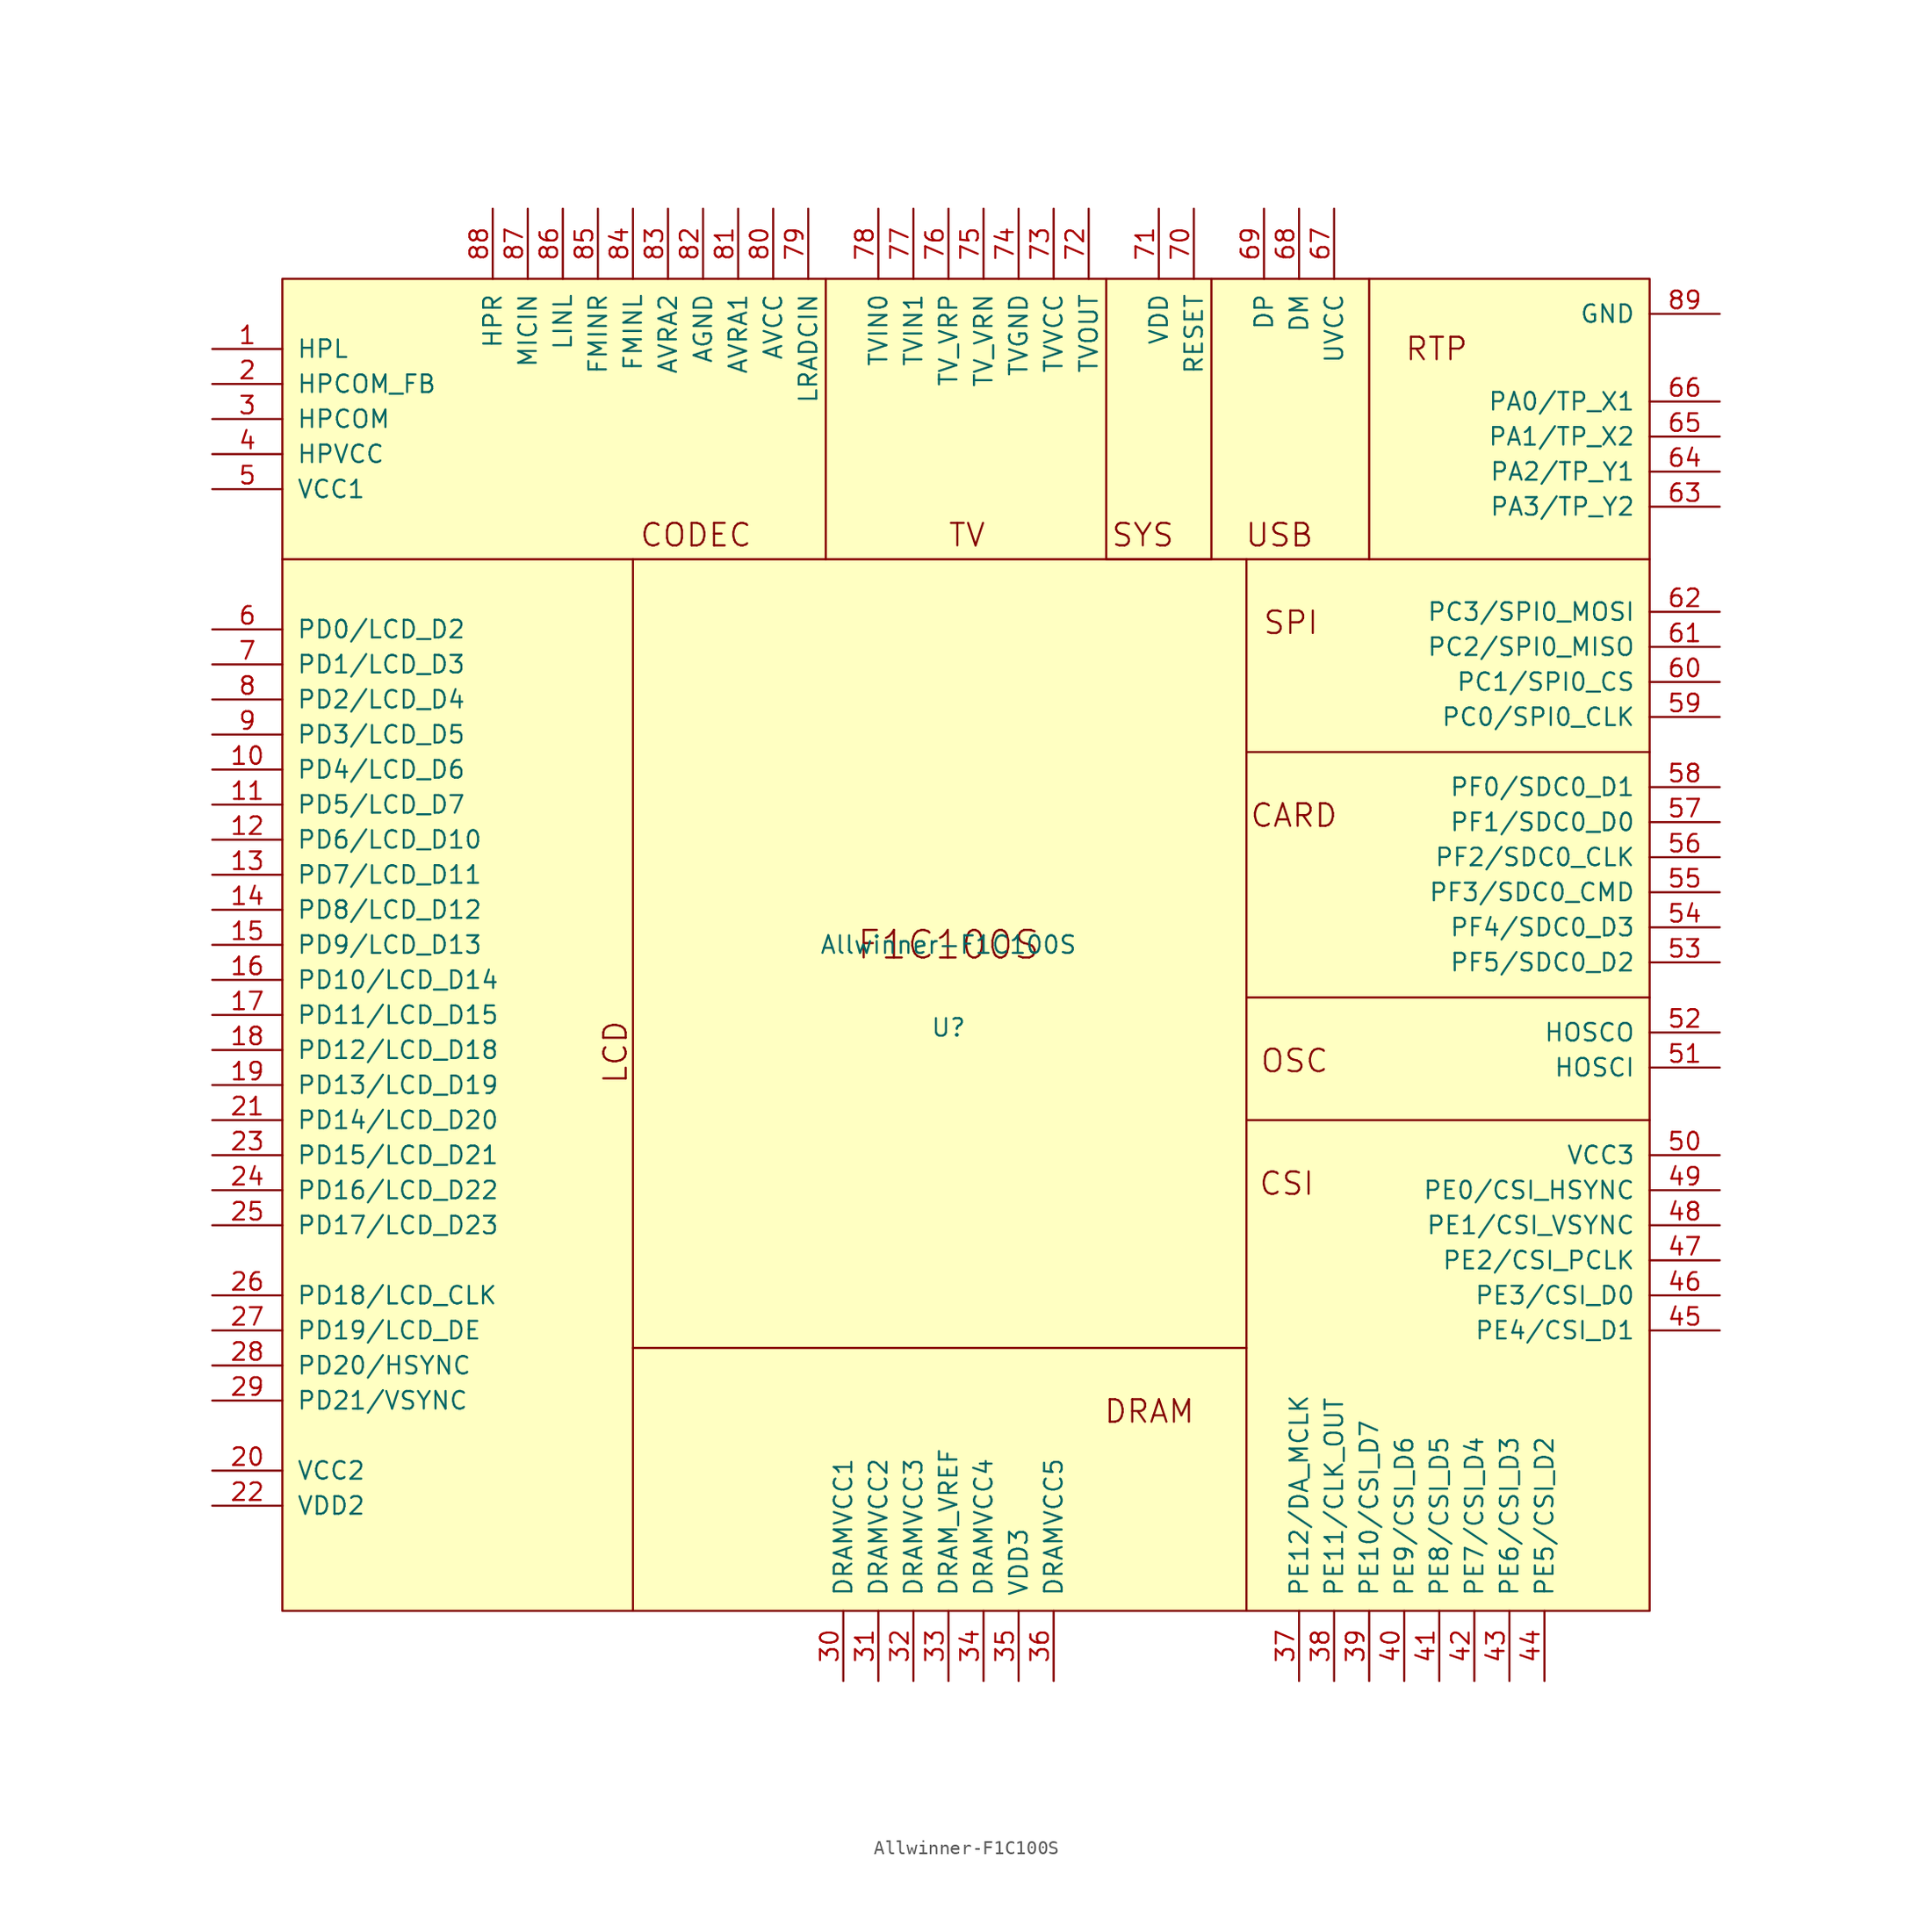
<source format=kicad_sym>
(kicad_symbol_lib
  (version 20211014)
  (generator kicad_symbol_editor)
  (symbol "Allwinner-F1C100S"
    (pin_names
      (offset 1.016))
    (property "Reference" "U"
      (at 0 -6 0)
      (effects (font (size 1.27 1.27))))
    (property "Value" "Allwinner-F1C100S"
      (at 0 0 0)
      (effects (font (size 1.27 1.27))))
    (symbol "Allwinner-F1C100S_0_0"
      (text "F1C100S" (at 0 0 0) (effects (font (size 2 2)))))
    (symbol "Allwinner-F1C100S_1_1"
      (rectangle (start -48.26 48.26) (end 50.8 -48.26) (stroke (width 0.152) (type default) (color 0 0 0 0)) (fill (type background)))
      (polyline (pts (xy -22.86 -48.26) (xy -22.86 27.94)) (stroke (width 0.152) (type default) (color 0 0 0 0)) (fill (type none)))
      (polyline (pts (xy -8.89 48.26) (xy -8.89 27.94)) (stroke (width 0.152) (type default) (color 0 0 0 0)) (fill (type none)))
      (polyline (pts (xy 21.59 -48.26) (xy 21.59 27.94)) (stroke (width 0.152) (type default) (color 0 0 0 0)) (fill (type none)))
      (polyline (pts (xy 21.59 -29.21) (xy -22.86 -29.21)) (stroke (width 0.152) (type default) (color 0 0 0 0)) (fill (type none)))
      (polyline (pts (xy 30.48 48.26) (xy 30.48 27.94)) (stroke (width 0.152) (type default) (color 0 0 0 0)) (fill (type none)))
      (polyline (pts (xy 50.8 -12.7) (xy 21.59 -12.7)) (stroke (width 0.152) (type default) (color 0 0 0 0)) (fill (type none)))
      (polyline (pts (xy 50.8 -3.81) (xy 21.59 -3.81)) (stroke (width 0.152) (type default) (color 0 0 0 0)) (fill (type none)))
      (polyline (pts (xy 50.8 13.97) (xy 21.59 13.97)) (stroke (width 0.152) (type default) (color 0 0 0 0)) (fill (type none)))
      (polyline (pts (xy 50.8 27.94) (xy -48.26 27.94)) (stroke (width 0.152) (type default) (color 0 0 0 0)) (fill (type none)))
      (polyline (pts (xy 19.05 48.26) (xy 19.05 27.94) (xy 11.43 27.94) (xy 11.43 48.26)) (stroke (width 0.152) (type default) (color 0 0 0 0)) (fill (type none)))
      (text "CARD" (at 21.793 9.373 0) (effects (font (size 1.626 1.626)) (justify left)))
      (text "CODEC" (at -22.428 29.693 0) (effects (font (size 1.626 1.626)) (justify left)))
      (text "CSI" (at 22.428 -17.297 0) (effects (font (size 1.626 1.626)) (justify left)))
      (text "DRAM" (at 11.201 -33.807 0) (effects (font (size 1.626 1.626)) (justify left)))
      (text "LCD" (at -24.13 -10.16 900) (effects (font (size 1.626 1.626)) (justify left)))
      (text "OSC" (at 22.53 -8.407 0) (effects (font (size 1.626 1.626)) (justify left)))
      (text "RTP" (at 33.02 43.18 0) (effects (font (size 1.626 1.626)) (justify left)))
      (text "SPI" (at 22.733 23.343 0) (effects (font (size 1.626 1.626)) (justify left)))
      (text "SYS" (at 11.735 29.693 0) (effects (font (size 1.626 1.626)) (justify left)))
      (text "TV" (at -0.076 29.693 0) (effects (font (size 1.626 1.626)) (justify left)))
      (text "USB" (at 21.438 29.693 0) (effects (font (size 1.626 1.626)) (justify left)))
      (pin bidirectional line (at -53.34 43.18 0) (length 5.08) (name "HPL" (effects (font (size 1.27 1.27)))) (number "1" (effects (font (size 1.27 1.27)))))
      (pin bidirectional line (at -53.34 12.7 0) (length 5.08) (name "PD4/LCD_D6" (effects (font (size 1.27 1.27)))) (number "10" (effects (font (size 1.27 1.27)))))
      (pin bidirectional line (at -53.34 10.16 0) (length 5.08) (name "PD5/LCD_D7" (effects (font (size 1.27 1.27)))) (number "11" (effects (font (size 1.27 1.27)))))
      (pin bidirectional line (at -53.34 7.62 0) (length 5.08) (name "PD6/LCD_D10" (effects (font (size 1.27 1.27)))) (number "12" (effects (font (size 1.27 1.27)))))
      (pin bidirectional line (at -53.34 5.08 0) (length 5.08) (name "PD7/LCD_D11" (effects (font (size 1.27 1.27)))) (number "13" (effects (font (size 1.27 1.27)))))
      (pin bidirectional line (at -53.34 2.54 0) (length 5.08) (name "PD8/LCD_D12" (effects (font (size 1.27 1.27)))) (number "14" (effects (font (size 1.27 1.27)))))
      (pin bidirectional line (at -53.34 0 0) (length 5.08) (name "PD9/LCD_D13" (effects (font (size 1.27 1.27)))) (number "15" (effects (font (size 1.27 1.27)))))
      (pin bidirectional line (at -53.34 -2.54 0) (length 5.08) (name "PD10/LCD_D14" (effects (font (size 1.27 1.27)))) (number "16" (effects (font (size 1.27 1.27)))))
      (pin bidirectional line (at -53.34 -5.08 0) (length 5.08) (name "PD11/LCD_D15" (effects (font (size 1.27 1.27)))) (number "17" (effects (font (size 1.27 1.27)))))
      (pin bidirectional line (at -53.34 -7.62 0) (length 5.08) (name "PD12/LCD_D18" (effects (font (size 1.27 1.27)))) (number "18" (effects (font (size 1.27 1.27)))))
      (pin bidirectional line (at -53.34 -10.16 0) (length 5.08) (name "PD13/LCD_D19" (effects (font (size 1.27 1.27)))) (number "19" (effects (font (size 1.27 1.27)))))
      (pin bidirectional line (at -53.34 40.64 0) (length 5.08) (name "HPCOM_FB" (effects (font (size 1.27 1.27)))) (number "2" (effects (font (size 1.27 1.27)))))
      (pin bidirectional line (at -53.34 -38.1 0) (length 5.08) (name "VCC2" (effects (font (size 1.27 1.27)))) (number "20" (effects (font (size 1.27 1.27)))))
      (pin bidirectional line (at -53.34 -12.7 0) (length 5.08) (name "PD14/LCD_D20" (effects (font (size 1.27 1.27)))) (number "21" (effects (font (size 1.27 1.27)))))
      (pin bidirectional line (at -53.34 -40.64 0) (length 5.08) (name "VDD2" (effects (font (size 1.27 1.27)))) (number "22" (effects (font (size 1.27 1.27)))))
      (pin bidirectional line (at -53.34 -15.24 0) (length 5.08) (name "PD15/LCD_D21" (effects (font (size 1.27 1.27)))) (number "23" (effects (font (size 1.27 1.27)))))
      (pin bidirectional line (at -53.34 -17.78 0) (length 5.08) (name "PD16/LCD_D22" (effects (font (size 1.27 1.27)))) (number "24" (effects (font (size 1.27 1.27)))))
      (pin bidirectional line (at -53.34 -20.32 0) (length 5.08) (name "PD17/LCD_D23" (effects (font (size 1.27 1.27)))) (number "25" (effects (font (size 1.27 1.27)))))
      (pin bidirectional line (at -53.34 -25.4 0) (length 5.08) (name "PD18/LCD_CLK" (effects (font (size 1.27 1.27)))) (number "26" (effects (font (size 1.27 1.27)))))
      (pin bidirectional line (at -53.34 -27.94 0) (length 5.08) (name "PD19/LCD_DE" (effects (font (size 1.27 1.27)))) (number "27" (effects (font (size 1.27 1.27)))))
      (pin bidirectional line (at -53.34 -30.48 0) (length 5.08) (name "PD20/HSYNC" (effects (font (size 1.27 1.27)))) (number "28" (effects (font (size 1.27 1.27)))))
      (pin bidirectional line (at -53.34 -33.02 0) (length 5.08) (name "PD21/VSYNC" (effects (font (size 1.27 1.27)))) (number "29" (effects (font (size 1.27 1.27)))))
      (pin bidirectional line (at -53.34 38.1 0) (length 5.08) (name "HPCOM" (effects (font (size 1.27 1.27)))) (number "3" (effects (font (size 1.27 1.27)))))
      (pin bidirectional line (at -7.62 -53.34 90) (length 5.08) (name "DRAMVCC1" (effects (font (size 1.27 1.27)))) (number "30" (effects (font (size 1.27 1.27)))))
      (pin bidirectional line (at -5.08 -53.34 90) (length 5.08) (name "DRAMVCC2" (effects (font (size 1.27 1.27)))) (number "31" (effects (font (size 1.27 1.27)))))
      (pin bidirectional line (at -2.54 -53.34 90) (length 5.08) (name "DRAMVCC3" (effects (font (size 1.27 1.27)))) (number "32" (effects (font (size 1.27 1.27)))))
      (pin bidirectional line (at 0 -53.34 90) (length 5.08) (name "DRAM_VREF" (effects (font (size 1.27 1.27)))) (number "33" (effects (font (size 1.27 1.27)))))
      (pin bidirectional line (at 2.54 -53.34 90) (length 5.08) (name "DRAMVCC4" (effects (font (size 1.27 1.27)))) (number "34" (effects (font (size 1.27 1.27)))))
      (pin bidirectional line (at 5.08 -53.34 90) (length 5.08) (name "VDD3" (effects (font (size 1.27 1.27)))) (number "35" (effects (font (size 1.27 1.27)))))
      (pin bidirectional line (at 7.62 -53.34 90) (length 5.08) (name "DRAMVCC5" (effects (font (size 1.27 1.27)))) (number "36" (effects (font (size 1.27 1.27)))))
      (pin bidirectional line (at 25.4 -53.34 90) (length 5.08) (name "PE12/DA_MCLK" (effects (font (size 1.27 1.27)))) (number "37" (effects (font (size 1.27 1.27)))))
      (pin bidirectional line (at 27.94 -53.34 90) (length 5.08) (name "PE11/CLK_OUT" (effects (font (size 1.27 1.27)))) (number "38" (effects (font (size 1.27 1.27)))))
      (pin bidirectional line (at 30.48 -53.34 90) (length 5.08) (name "PE10/CSI_D7" (effects (font (size 1.27 1.27)))) (number "39" (effects (font (size 1.27 1.27)))))
      (pin bidirectional line (at -53.34 35.56 0) (length 5.08) (name "HPVCC" (effects (font (size 1.27 1.27)))) (number "4" (effects (font (size 1.27 1.27)))))
      (pin bidirectional line (at 33.02 -53.34 90) (length 5.08) (name "PE9/CSI_D6" (effects (font (size 1.27 1.27)))) (number "40" (effects (font (size 1.27 1.27)))))
      (pin bidirectional line (at 35.56 -53.34 90) (length 5.08) (name "PE8/CSI_D5" (effects (font (size 1.27 1.27)))) (number "41" (effects (font (size 1.27 1.27)))))
      (pin bidirectional line (at 38.1 -53.34 90) (length 5.08) (name "PE7/CSI_D4" (effects (font (size 1.27 1.27)))) (number "42" (effects (font (size 1.27 1.27)))))
      (pin bidirectional line (at 40.64 -53.34 90) (length 5.08) (name "PE6/CSI_D3" (effects (font (size 1.27 1.27)))) (number "43" (effects (font (size 1.27 1.27)))))
      (pin bidirectional line (at 43.18 -53.34 90) (length 5.08) (name "PE5/CSI_D2" (effects (font (size 1.27 1.27)))) (number "44" (effects (font (size 1.27 1.27)))))
      (pin bidirectional line (at 55.88 -27.94 180) (length 5.08) (name "PE4/CSI_D1" (effects (font (size 1.27 1.27)))) (number "45" (effects (font (size 1.27 1.27)))))
      (pin bidirectional line (at 55.88 -25.4 180) (length 5.08) (name "PE3/CSI_D0" (effects (font (size 1.27 1.27)))) (number "46" (effects (font (size 1.27 1.27)))))
      (pin bidirectional line (at 55.88 -22.86 180) (length 5.08) (name "PE2/CSI_PCLK" (effects (font (size 1.27 1.27)))) (number "47" (effects (font (size 1.27 1.27)))))
      (pin bidirectional line (at 55.88 -20.32 180) (length 5.08) (name "PE1/CSI_VSYNC" (effects (font (size 1.27 1.27)))) (number "48" (effects (font (size 1.27 1.27)))))
      (pin bidirectional line (at 55.88 -17.78 180) (length 5.08) (name "PE0/CSI_HSYNC" (effects (font (size 1.27 1.27)))) (number "49" (effects (font (size 1.27 1.27)))))
      (pin bidirectional line (at -53.34 33.02 0) (length 5.08) (name "VCC1" (effects (font (size 1.27 1.27)))) (number "5" (effects (font (size 1.27 1.27)))))
      (pin bidirectional line (at 55.88 -15.24 180) (length 5.08) (name "VCC3" (effects (font (size 1.27 1.27)))) (number "50" (effects (font (size 1.27 1.27)))))
      (pin bidirectional line (at 55.88 -8.89 180) (length 5.08) (name "HOSCI" (effects (font (size 1.27 1.27)))) (number "51" (effects (font (size 1.27 1.27)))))
      (pin bidirectional line (at 55.88 -6.35 180) (length 5.08) (name "HOSCO" (effects (font (size 1.27 1.27)))) (number "52" (effects (font (size 1.27 1.27)))))
      (pin bidirectional line (at 55.88 -1.27 180) (length 5.08) (name "PF5/SDC0_D2" (effects (font (size 1.27 1.27)))) (number "53" (effects (font (size 1.27 1.27)))))
      (pin bidirectional line (at 55.88 1.27 180) (length 5.08) (name "PF4/SDC0_D3" (effects (font (size 1.27 1.27)))) (number "54" (effects (font (size 1.27 1.27)))))
      (pin bidirectional line (at 55.88 3.81 180) (length 5.08) (name "PF3/SDC0_CMD" (effects (font (size 1.27 1.27)))) (number "55" (effects (font (size 1.27 1.27)))))
      (pin bidirectional line (at 55.88 6.35 180) (length 5.08) (name "PF2/SDC0_CLK" (effects (font (size 1.27 1.27)))) (number "56" (effects (font (size 1.27 1.27)))))
      (pin bidirectional line (at 55.88 8.89 180) (length 5.08) (name "PF1/SDC0_D0" (effects (font (size 1.27 1.27)))) (number "57" (effects (font (size 1.27 1.27)))))
      (pin bidirectional line (at 55.88 11.43 180) (length 5.08) (name "PF0/SDC0_D1" (effects (font (size 1.27 1.27)))) (number "58" (effects (font (size 1.27 1.27)))))
      (pin bidirectional line (at 55.88 16.51 180) (length 5.08) (name "PC0/SPI0_CLK" (effects (font (size 1.27 1.27)))) (number "59" (effects (font (size 1.27 1.27)))))
      (pin bidirectional line (at -53.34 22.86 0) (length 5.08) (name "PD0/LCD_D2" (effects (font (size 1.27 1.27)))) (number "6" (effects (font (size 1.27 1.27)))))
      (pin bidirectional line (at 55.88 19.05 180) (length 5.08) (name "PC1/SPI0_CS" (effects (font (size 1.27 1.27)))) (number "60" (effects (font (size 1.27 1.27)))))
      (pin bidirectional line (at 55.88 21.59 180) (length 5.08) (name "PC2/SPI0_MISO" (effects (font (size 1.27 1.27)))) (number "61" (effects (font (size 1.27 1.27)))))
      (pin bidirectional line (at 55.88 24.13 180) (length 5.08) (name "PC3/SPI0_MOSI" (effects (font (size 1.27 1.27)))) (number "62" (effects (font (size 1.27 1.27)))))
      (pin bidirectional line (at 55.88 31.75 180) (length 5.08) (name "PA3/TP_Y2" (effects (font (size 1.27 1.27)))) (number "63" (effects (font (size 1.27 1.27)))))
      (pin bidirectional line (at 55.88 34.29 180) (length 5.08) (name "PA2/TP_Y1" (effects (font (size 1.27 1.27)))) (number "64" (effects (font (size 1.27 1.27)))))
      (pin bidirectional line (at 55.88 36.83 180) (length 5.08) (name "PA1/TP_X2" (effects (font (size 1.27 1.27)))) (number "65" (effects (font (size 1.27 1.27)))))
      (pin bidirectional line (at 55.88 39.37 180) (length 5.08) (name "PA0/TP_X1" (effects (font (size 1.27 1.27)))) (number "66" (effects (font (size 1.27 1.27)))))
      (pin bidirectional line (at 27.94 53.34 270) (length 5.08) (name "UVCC" (effects (font (size 1.27 1.27)))) (number "67" (effects (font (size 1.27 1.27)))))
      (pin bidirectional line (at 25.4 53.34 270) (length 5.08) (name "DM" (effects (font (size 1.27 1.27)))) (number "68" (effects (font (size 1.27 1.27)))))
      (pin bidirectional line (at 22.86 53.34 270) (length 5.08) (name "DP" (effects (font (size 1.27 1.27)))) (number "69" (effects (font (size 1.27 1.27)))))
      (pin bidirectional line (at -53.34 20.32 0) (length 5.08) (name "PD1/LCD_D3" (effects (font (size 1.27 1.27)))) (number "7" (effects (font (size 1.27 1.27)))))
      (pin bidirectional line (at 17.78 53.34 270) (length 5.08) (name "RESET" (effects (font (size 1.27 1.27)))) (number "70" (effects (font (size 1.27 1.27)))))
      (pin bidirectional line (at 15.24 53.34 270) (length 5.08) (name "VDD" (effects (font (size 1.27 1.27)))) (number "71" (effects (font (size 1.27 1.27)))))
      (pin bidirectional line (at 10.16 53.34 270) (length 5.08) (name "TVOUT" (effects (font (size 1.27 1.27)))) (number "72" (effects (font (size 1.27 1.27)))))
      (pin bidirectional line (at 7.62 53.34 270) (length 5.08) (name "TVVCC" (effects (font (size 1.27 1.27)))) (number "73" (effects (font (size 1.27 1.27)))))
      (pin bidirectional line (at 5.08 53.34 270) (length 5.08) (name "TVGND" (effects (font (size 1.27 1.27)))) (number "74" (effects (font (size 1.27 1.27)))))
      (pin bidirectional line (at 2.54 53.34 270) (length 5.08) (name "TV_VRN" (effects (font (size 1.27 1.27)))) (number "75" (effects (font (size 1.27 1.27)))))
      (pin bidirectional line (at 0 53.34 270) (length 5.08) (name "TV_VRP" (effects (font (size 1.27 1.27)))) (number "76" (effects (font (size 1.27 1.27)))))
      (pin bidirectional line (at -2.54 53.34 270) (length 5.08) (name "TVIN1" (effects (font (size 1.27 1.27)))) (number "77" (effects (font (size 1.27 1.27)))))
      (pin bidirectional line (at -5.08 53.34 270) (length 5.08) (name "TVIN0" (effects (font (size 1.27 1.27)))) (number "78" (effects (font (size 1.27 1.27)))))
      (pin bidirectional line (at -10.16 53.34 270) (length 5.08) (name "LRADCIN" (effects (font (size 1.27 1.27)))) (number "79" (effects (font (size 1.27 1.27)))))
      (pin bidirectional line (at -53.34 17.78 0) (length 5.08) (name "PD2/LCD_D4" (effects (font (size 1.27 1.27)))) (number "8" (effects (font (size 1.27 1.27)))))
      (pin bidirectional line (at -12.7 53.34 270) (length 5.08) (name "AVCC" (effects (font (size 1.27 1.27)))) (number "80" (effects (font (size 1.27 1.27)))))
      (pin bidirectional line (at -15.24 53.34 270) (length 5.08) (name "AVRA1" (effects (font (size 1.27 1.27)))) (number "81" (effects (font (size 1.27 1.27)))))
      (pin bidirectional line (at -17.78 53.34 270) (length 5.08) (name "AGND" (effects (font (size 1.27 1.27)))) (number "82" (effects (font (size 1.27 1.27)))))
      (pin bidirectional line (at -20.32 53.34 270) (length 5.08) (name "AVRA2" (effects (font (size 1.27 1.27)))) (number "83" (effects (font (size 1.27 1.27)))))
      (pin bidirectional line (at -22.86 53.34 270) (length 5.08) (name "FMINL" (effects (font (size 1.27 1.27)))) (number "84" (effects (font (size 1.27 1.27)))))
      (pin bidirectional line (at -25.4 53.34 270) (length 5.08) (name "FMINR" (effects (font (size 1.27 1.27)))) (number "85" (effects (font (size 1.27 1.27)))))
      (pin bidirectional line (at -27.94 53.34 270) (length 5.08) (name "LINL" (effects (font (size 1.27 1.27)))) (number "86" (effects (font (size 1.27 1.27)))))
      (pin bidirectional line (at -30.48 53.34 270) (length 5.08) (name "MICIN" (effects (font (size 1.27 1.27)))) (number "87" (effects (font (size 1.27 1.27)))))
      (pin bidirectional line (at -33.02 53.34 270) (length 5.08) (name "HPR" (effects (font (size 1.27 1.27)))) (number "88" (effects (font (size 1.27 1.27)))))
      (pin bidirectional line (at 55.88 45.72 180) (length 5.08) (name "GND" (effects (font (size 1.27 1.27)))) (number "89" (effects (font (size 1.27 1.27)))))
      (pin bidirectional line (at -53.34 15.24 0) (length 5.08) (name "PD3/LCD_D5" (effects (font (size 1.27 1.27)))) (number "9" (effects (font (size 1.27 1.27))))))))
</source>
